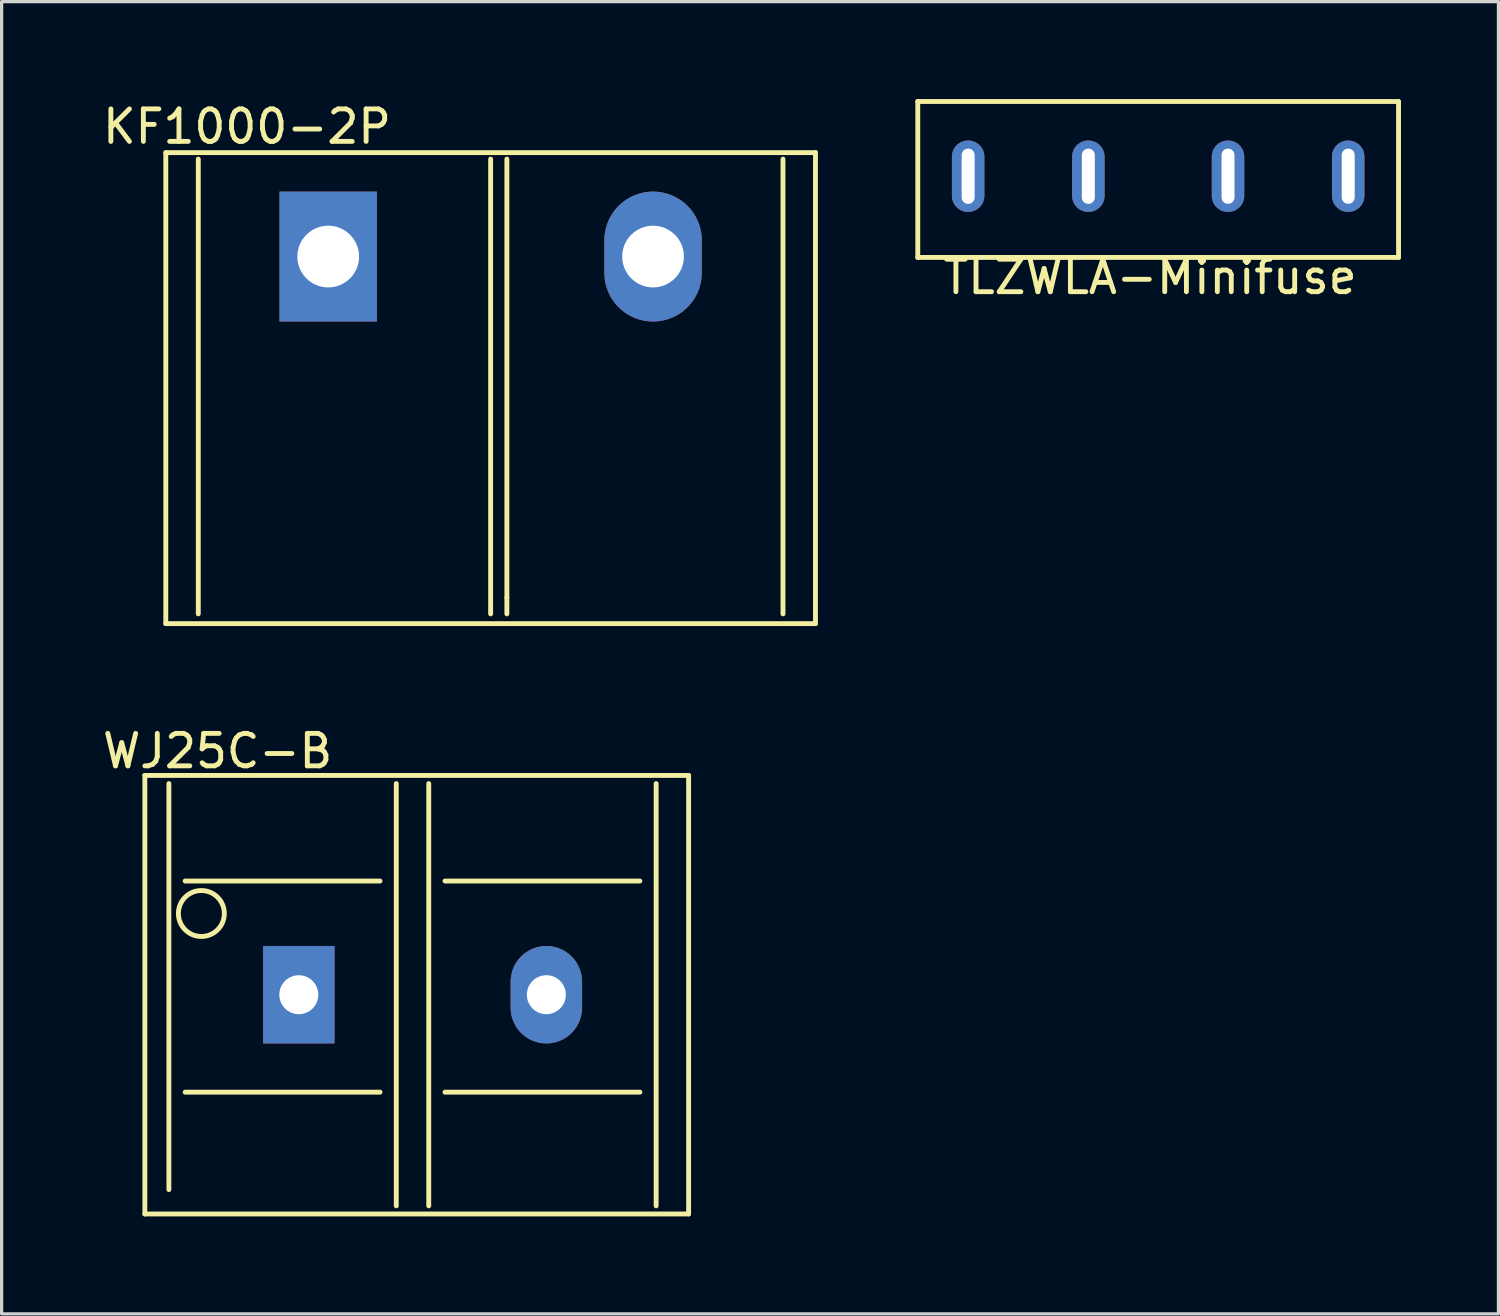
<source format=kicad_pcb>
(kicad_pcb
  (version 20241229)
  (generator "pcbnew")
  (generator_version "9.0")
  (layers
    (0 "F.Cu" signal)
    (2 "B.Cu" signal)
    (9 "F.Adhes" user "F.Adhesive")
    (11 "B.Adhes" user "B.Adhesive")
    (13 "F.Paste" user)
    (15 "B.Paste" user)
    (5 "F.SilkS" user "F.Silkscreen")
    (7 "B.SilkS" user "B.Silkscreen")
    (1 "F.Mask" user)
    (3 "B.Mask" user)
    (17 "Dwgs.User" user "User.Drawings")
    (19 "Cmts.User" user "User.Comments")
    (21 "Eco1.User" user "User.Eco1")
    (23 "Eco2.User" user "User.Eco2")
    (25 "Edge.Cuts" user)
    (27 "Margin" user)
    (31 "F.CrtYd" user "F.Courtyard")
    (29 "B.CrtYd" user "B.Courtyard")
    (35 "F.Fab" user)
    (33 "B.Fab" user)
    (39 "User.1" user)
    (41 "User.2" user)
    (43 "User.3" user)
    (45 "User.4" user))
  (footprint "KF1000-2P"
    (layer "F.Cu")
    (at 7.054 4.848)
    (property "Reference" "KF1000-2P" (at -2.5 -4 0) (layer "F.SilkS") (effects (font (size 1 1) (thickness 0.15))))
    (attr through_hole)
    (fp_line (start -5 -3.2) (end 15 -3.2) (stroke (width 0.15) (type solid)) (layer "F.SilkS"))
    (fp_line (start -5 11.3) (end -5 -3.2) (stroke (width 0.15) (type solid)) (layer "F.SilkS"))
    (fp_line (start -5 11.3) (end 15 11.3) (stroke (width 0.15) (type solid)) (layer "F.SilkS"))
    (fp_line (start -4 -3) (end -4 11) (stroke (width 0.15) (type solid)) (layer "F.SilkS"))
    (fp_line (start 5 -3) (end 5 11) (stroke (width 0.15) (type solid)) (layer "F.SilkS"))
    (fp_line (start 5.5 10.5) (end 5.5 -3) (stroke (width 0.15) (type solid)) (layer "F.SilkS"))
    (fp_line (start 5.5 11) (end 5.5 10.5) (stroke (width 0.15) (type solid)) (layer "F.SilkS"))
    (fp_line (start 14 -3) (end 14 11) (stroke (width 0.15) (type solid)) (layer "F.SilkS"))
    (fp_line (start 15 -3.2) (end 15 11.3) (stroke (width 0.15) (type solid)) (layer "F.SilkS"))
    (pad "1" thru_hole rect (at 0 0) (size 3 4) (drill 1.9) (layers "*.Cu" "*.Mask"))
    (pad "2" thru_hole oval (at 10 0) (size 3 4) (drill 1.9) (layers "*.Cu" "*.Mask")))
  (footprint "WJ25C-B"
    (layer "F.Cu")
    (at 6.149 27.572)
    (property "Reference" "WJ25C-B" (at -2.5 -7.5 0) (layer "F.SilkS") (effects (font (size 1 1) (thickness 0.15))))
    (attr through_hole)
    (fp_line (start -4.74 -6.75) (end -4.74 6.75) (stroke (width 0.15) (type solid)) (layer "F.SilkS"))
    (fp_line (start -4.74 -6.75) (end 12 -6.75) (stroke (width 0.15) (type solid)) (layer "F.SilkS"))
    (fp_line (start -4 -6.5) (end -4 6) (stroke (width 0.15) (type solid)) (layer "F.SilkS"))
    (fp_line (start -3.5 -3.5) (end 2.5 -3.5) (stroke (width 0.15) (type solid)) (layer "F.SilkS"))
    (fp_line (start 2.5 3) (end -3.5 3) (stroke (width 0.15) (type solid)) (layer "F.SilkS"))
    (fp_line (start 3 -6.5) (end 3 6.5) (stroke (width 0.15) (type solid)) (layer "F.SilkS"))
    (fp_line (start 4 6.5) (end 4 -6.5) (stroke (width 0.15) (type solid)) (layer "F.SilkS"))
    (fp_line (start 4.5 -3.5) (end 10.5 -3.5) (stroke (width 0.15) (type solid)) (layer "F.SilkS"))
    (fp_line (start 4.5 3) (end 10.5 3) (stroke (width 0.15) (type solid)) (layer "F.SilkS"))
    (fp_line (start 11 -6.5) (end 11 6.5) (stroke (width 0.15) (type solid)) (layer "F.SilkS"))
    (fp_line (start 12 -6.75) (end 12 6.75) (stroke (width 0.15) (type solid)) (layer "F.SilkS"))
    (fp_line (start 12 6.75) (end -4.74 6.75) (stroke (width 0.15) (type solid)) (layer "F.SilkS"))
    (fp_circle (center -3 -2.5) (end -2.5 -2) (stroke (width 0.15) (type solid)) (fill no) (layer "F.SilkS"))
    (pad "1" thru_hole rect (at 0 0) (size 2.2 3) (drill 1.2) (layers "*.Cu" "*.Mask"))
    (pad "2" thru_hole oval (at 7.62 0) (size 2.2 3) (drill 1.2) (layers "*.Cu" "*.Mask")))
  (footprint "TLZWLA-Minifuse"
    (layer "F.Cu")
    (at 32.604 2.475)
    (property "Reference" "TLZWLA-Minifuse" (at -0.25 3 0) (layer "F.SilkS") (effects (font (size 1 1) (thickness 0.15))))
    (attr through_hole)
    (fp_line (start -7.4 -2.4) (end -7.4 2.4) (stroke (width 0.15) (type solid)) (layer "F.SilkS"))
    (fp_line (start -7.4 2.4) (end 7.4 2.4) (stroke (width 0.15) (type solid)) (layer "F.SilkS"))
    (fp_line (start 7.4 -2.4) (end -7.4 -2.4) (stroke (width 0.15) (type solid)) (layer "F.SilkS"))
    (fp_line (start 7.4 -2.4) (end 7.4 2.4) (stroke (width 0.15) (type solid)) (layer "F.SilkS"))
    (pad "1" thru_hole oval (at -5.85 -0.1) (size 1 2.2) (drill oval 0.4 1.7) (layers "*.Cu" "*.Mask"))
    (pad "1" thru_hole oval (at -2.15 -0.1) (size 1 2.2) (drill oval 0.4 1.7) (layers "*.Cu" "*.Mask"))
    (pad "2" thru_hole oval (at 2.15 -0.1) (size 1 2.2) (drill oval 0.4 1.7) (layers "*.Cu" "*.Mask"))
    (pad "2" thru_hole oval (at 5.85 -0.1) (size 1 2.2) (drill oval 0.4 1.7) (layers "*.Cu" "*.Mask")))
  (gr_rect
    (start -3 -3)
    (end 43.079 37.397)
    (stroke (width 0.1) (type default))
    (fill no)
    (layer "Edge.Cuts")))
</source>
